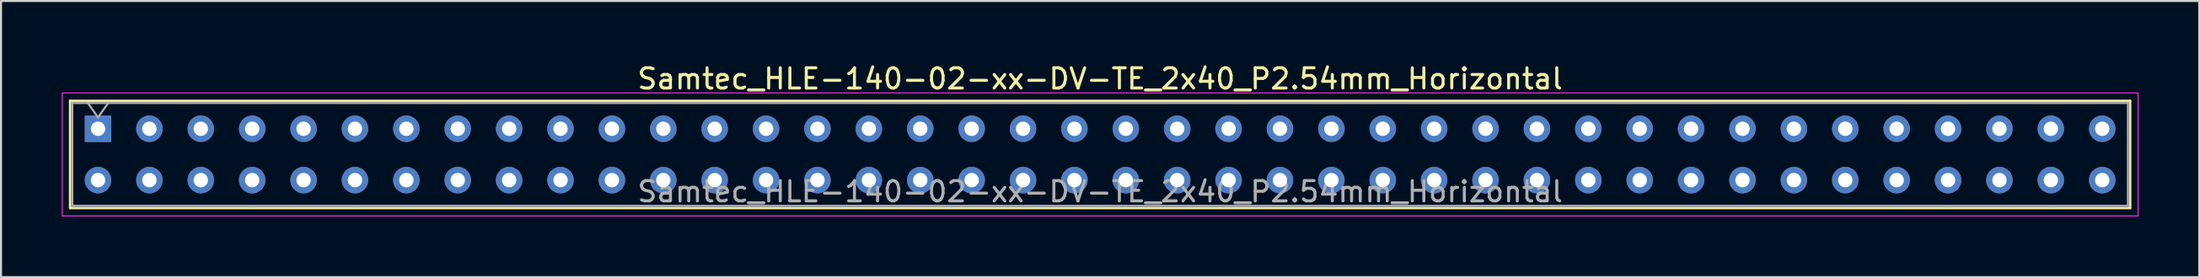
<source format=kicad_pcb>
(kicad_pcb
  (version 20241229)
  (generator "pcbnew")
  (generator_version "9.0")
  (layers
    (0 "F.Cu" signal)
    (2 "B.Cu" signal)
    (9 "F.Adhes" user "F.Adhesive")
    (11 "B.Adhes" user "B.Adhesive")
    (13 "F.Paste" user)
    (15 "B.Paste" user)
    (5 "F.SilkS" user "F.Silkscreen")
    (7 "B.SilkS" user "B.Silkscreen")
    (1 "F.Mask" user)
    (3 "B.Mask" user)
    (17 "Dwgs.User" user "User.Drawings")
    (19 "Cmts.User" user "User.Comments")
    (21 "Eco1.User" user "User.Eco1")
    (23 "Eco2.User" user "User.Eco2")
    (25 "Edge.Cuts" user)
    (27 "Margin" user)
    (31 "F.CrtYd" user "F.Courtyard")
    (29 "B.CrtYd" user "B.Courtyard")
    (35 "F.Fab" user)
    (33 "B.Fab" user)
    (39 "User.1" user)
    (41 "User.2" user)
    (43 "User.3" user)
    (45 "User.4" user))
  (footprint "Samtec_HLE-140-02-xx-DV-TE_2x40_P2.54mm_Horizontal"
    (layer "F.Cu")
    (at 1.795 3.318)
    (property "Reference" "Samtec_HLE-140-02-xx-DV-TE_2x40_P2.54mm_Horizontal" (at 49.53 -2.47 0) (layer "F.SilkS") (effects (font (size 1 1) (thickness 0.15))))
    (attr through_hole)
    (fp_line (start -1.38 -1.38) (end 100.44 -1.38) (stroke (width 0.12) (type solid)) (layer "F.SilkS"))
    (fp_line (start -1.38 3.92) (end -1.38 -1.38) (stroke (width 0.12) (type solid)) (layer "F.SilkS"))
    (fp_line (start 100.44 -1.38) (end 100.44 3.92) (stroke (width 0.12) (type solid)) (layer "F.SilkS"))
    (fp_line (start 100.44 3.92) (end -1.38 3.92) (stroke (width 0.12) (type solid)) (layer "F.SilkS"))
    (fp_line (start -1.77 -1.77) (end 100.83 -1.77) (stroke (width 0.05) (type solid)) (layer "F.CrtYd"))
    (fp_line (start -1.77 4.31) (end -1.77 -1.77) (stroke (width 0.05) (type solid)) (layer "F.CrtYd"))
    (fp_line (start 100.83 -1.77) (end 100.83 4.31) (stroke (width 0.05) (type solid)) (layer "F.CrtYd"))
    (fp_line (start 100.83 4.31) (end -1.77 4.31) (stroke (width 0.05) (type solid)) (layer "F.CrtYd"))
    (fp_line (start -1.27 -1.27) (end 100.33 -1.27) (stroke (width 0.1) (type solid)) (layer "F.Fab"))
    (fp_line (start -1.27 3.81) (end -1.27 -1.27) (stroke (width 0.1) (type solid)) (layer "F.Fab"))
    (fp_line (start -0.5 -1.27) (end 0 -0.563) (stroke (width 0.1) (type solid)) (layer "F.Fab"))
    (fp_line (start 0 -0.563) (end 0.5 -1.27) (stroke (width 0.1) (type solid)) (layer "F.Fab"))
    (fp_line (start 100.33 -1.27) (end 100.33 3.81) (stroke (width 0.1) (type solid)) (layer "F.Fab"))
    (fp_line (start 100.33 3.81) (end -1.27 3.81) (stroke (width 0.1) (type solid)) (layer "F.Fab"))
    (fp_text user "${REFERENCE}" (at 49.53 3.11 0) (layer "F.Fab") (effects (font (size 1 1) (thickness 0.15))))
    (pad "1" thru_hole rect (at 0 0) (size 1.31 1.31) (drill 0.71) (layers "*.Cu" "*.Mask"))
    (pad "2" thru_hole circle (at 0 2.54) (size 1.31 1.31) (drill 0.71) (layers "*.Cu" "*.Mask"))
    (pad "3" thru_hole circle (at 2.54 0) (size 1.31 1.31) (drill 0.71) (layers "*.Cu" "*.Mask"))
    (pad "4" thru_hole circle (at 2.54 2.54) (size 1.31 1.31) (drill 0.71) (layers "*.Cu" "*.Mask"))
    (pad "5" thru_hole circle (at 5.08 0) (size 1.31 1.31) (drill 0.71) (layers "*.Cu" "*.Mask"))
    (pad "6" thru_hole circle (at 5.08 2.54) (size 1.31 1.31) (drill 0.71) (layers "*.Cu" "*.Mask"))
    (pad "7" thru_hole circle (at 7.62 0) (size 1.31 1.31) (drill 0.71) (layers "*.Cu" "*.Mask"))
    (pad "8" thru_hole circle (at 7.62 2.54) (size 1.31 1.31) (drill 0.71) (layers "*.Cu" "*.Mask"))
    (pad "9" thru_hole circle (at 10.16 0) (size 1.31 1.31) (drill 0.71) (layers "*.Cu" "*.Mask"))
    (pad "10" thru_hole circle (at 10.16 2.54) (size 1.31 1.31) (drill 0.71) (layers "*.Cu" "*.Mask"))
    (pad "11" thru_hole circle (at 12.7 0) (size 1.31 1.31) (drill 0.71) (layers "*.Cu" "*.Mask"))
    (pad "12" thru_hole circle (at 12.7 2.54) (size 1.31 1.31) (drill 0.71) (layers "*.Cu" "*.Mask"))
    (pad "13" thru_hole circle (at 15.24 0) (size 1.31 1.31) (drill 0.71) (layers "*.Cu" "*.Mask"))
    (pad "14" thru_hole circle (at 15.24 2.54) (size 1.31 1.31) (drill 0.71) (layers "*.Cu" "*.Mask"))
    (pad "15" thru_hole circle (at 17.78 0) (size 1.31 1.31) (drill 0.71) (layers "*.Cu" "*.Mask"))
    (pad "16" thru_hole circle (at 17.78 2.54) (size 1.31 1.31) (drill 0.71) (layers "*.Cu" "*.Mask"))
    (pad "17" thru_hole circle (at 20.32 0) (size 1.31 1.31) (drill 0.71) (layers "*.Cu" "*.Mask"))
    (pad "18" thru_hole circle (at 20.32 2.54) (size 1.31 1.31) (drill 0.71) (layers "*.Cu" "*.Mask"))
    (pad "19" thru_hole circle (at 22.86 0) (size 1.31 1.31) (drill 0.71) (layers "*.Cu" "*.Mask"))
    (pad "20" thru_hole circle (at 22.86 2.54) (size 1.31 1.31) (drill 0.71) (layers "*.Cu" "*.Mask"))
    (pad "21" thru_hole circle (at 25.4 0) (size 1.31 1.31) (drill 0.71) (layers "*.Cu" "*.Mask"))
    (pad "22" thru_hole circle (at 25.4 2.54) (size 1.31 1.31) (drill 0.71) (layers "*.Cu" "*.Mask"))
    (pad "23" thru_hole circle (at 27.94 0) (size 1.31 1.31) (drill 0.71) (layers "*.Cu" "*.Mask"))
    (pad "24" thru_hole circle (at 27.94 2.54) (size 1.31 1.31) (drill 0.71) (layers "*.Cu" "*.Mask"))
    (pad "25" thru_hole circle (at 30.48 0) (size 1.31 1.31) (drill 0.71) (layers "*.Cu" "*.Mask"))
    (pad "26" thru_hole circle (at 30.48 2.54) (size 1.31 1.31) (drill 0.71) (layers "*.Cu" "*.Mask"))
    (pad "27" thru_hole circle (at 33.02 0) (size 1.31 1.31) (drill 0.71) (layers "*.Cu" "*.Mask"))
    (pad "28" thru_hole circle (at 33.02 2.54) (size 1.31 1.31) (drill 0.71) (layers "*.Cu" "*.Mask"))
    (pad "29" thru_hole circle (at 35.56 0) (size 1.31 1.31) (drill 0.71) (layers "*.Cu" "*.Mask"))
    (pad "30" thru_hole circle (at 35.56 2.54) (size 1.31 1.31) (drill 0.71) (layers "*.Cu" "*.Mask"))
    (pad "31" thru_hole circle (at 38.1 0) (size 1.31 1.31) (drill 0.71) (layers "*.Cu" "*.Mask"))
    (pad "32" thru_hole circle (at 38.1 2.54) (size 1.31 1.31) (drill 0.71) (layers "*.Cu" "*.Mask"))
    (pad "33" thru_hole circle (at 40.64 0) (size 1.31 1.31) (drill 0.71) (layers "*.Cu" "*.Mask"))
    (pad "34" thru_hole circle (at 40.64 2.54) (size 1.31 1.31) (drill 0.71) (layers "*.Cu" "*.Mask"))
    (pad "35" thru_hole circle (at 43.18 0) (size 1.31 1.31) (drill 0.71) (layers "*.Cu" "*.Mask"))
    (pad "36" thru_hole circle (at 43.18 2.54) (size 1.31 1.31) (drill 0.71) (layers "*.Cu" "*.Mask"))
    (pad "37" thru_hole circle (at 45.72 0) (size 1.31 1.31) (drill 0.71) (layers "*.Cu" "*.Mask"))
    (pad "38" thru_hole circle (at 45.72 2.54) (size 1.31 1.31) (drill 0.71) (layers "*.Cu" "*.Mask"))
    (pad "39" thru_hole circle (at 48.26 0) (size 1.31 1.31) (drill 0.71) (layers "*.Cu" "*.Mask"))
    (pad "40" thru_hole circle (at 48.26 2.54) (size 1.31 1.31) (drill 0.71) (layers "*.Cu" "*.Mask"))
    (pad "41" thru_hole circle (at 50.8 0) (size 1.31 1.31) (drill 0.71) (layers "*.Cu" "*.Mask"))
    (pad "42" thru_hole circle (at 50.8 2.54) (size 1.31 1.31) (drill 0.71) (layers "*.Cu" "*.Mask"))
    (pad "43" thru_hole circle (at 53.34 0) (size 1.31 1.31) (drill 0.71) (layers "*.Cu" "*.Mask"))
    (pad "44" thru_hole circle (at 53.34 2.54) (size 1.31 1.31) (drill 0.71) (layers "*.Cu" "*.Mask"))
    (pad "45" thru_hole circle (at 55.88 0) (size 1.31 1.31) (drill 0.71) (layers "*.Cu" "*.Mask"))
    (pad "46" thru_hole circle (at 55.88 2.54) (size 1.31 1.31) (drill 0.71) (layers "*.Cu" "*.Mask"))
    (pad "47" thru_hole circle (at 58.42 0) (size 1.31 1.31) (drill 0.71) (layers "*.Cu" "*.Mask"))
    (pad "48" thru_hole circle (at 58.42 2.54) (size 1.31 1.31) (drill 0.71) (layers "*.Cu" "*.Mask"))
    (pad "49" thru_hole circle (at 60.96 0) (size 1.31 1.31) (drill 0.71) (layers "*.Cu" "*.Mask"))
    (pad "50" thru_hole circle (at 60.96 2.54) (size 1.31 1.31) (drill 0.71) (layers "*.Cu" "*.Mask"))
    (pad "51" thru_hole circle (at 63.5 0) (size 1.31 1.31) (drill 0.71) (layers "*.Cu" "*.Mask"))
    (pad "52" thru_hole circle (at 63.5 2.54) (size 1.31 1.31) (drill 0.71) (layers "*.Cu" "*.Mask"))
    (pad "53" thru_hole circle (at 66.04 0) (size 1.31 1.31) (drill 0.71) (layers "*.Cu" "*.Mask"))
    (pad "54" thru_hole circle (at 66.04 2.54) (size 1.31 1.31) (drill 0.71) (layers "*.Cu" "*.Mask"))
    (pad "55" thru_hole circle (at 68.58 0) (size 1.31 1.31) (drill 0.71) (layers "*.Cu" "*.Mask"))
    (pad "56" thru_hole circle (at 68.58 2.54) (size 1.31 1.31) (drill 0.71) (layers "*.Cu" "*.Mask"))
    (pad "57" thru_hole circle (at 71.12 0) (size 1.31 1.31) (drill 0.71) (layers "*.Cu" "*.Mask"))
    (pad "58" thru_hole circle (at 71.12 2.54) (size 1.31 1.31) (drill 0.71) (layers "*.Cu" "*.Mask"))
    (pad "59" thru_hole circle (at 73.66 0) (size 1.31 1.31) (drill 0.71) (layers "*.Cu" "*.Mask"))
    (pad "60" thru_hole circle (at 73.66 2.54) (size 1.31 1.31) (drill 0.71) (layers "*.Cu" "*.Mask"))
    (pad "61" thru_hole circle (at 76.2 0) (size 1.31 1.31) (drill 0.71) (layers "*.Cu" "*.Mask"))
    (pad "62" thru_hole circle (at 76.2 2.54) (size 1.31 1.31) (drill 0.71) (layers "*.Cu" "*.Mask"))
    (pad "63" thru_hole circle (at 78.74 0) (size 1.31 1.31) (drill 0.71) (layers "*.Cu" "*.Mask"))
    (pad "64" thru_hole circle (at 78.74 2.54) (size 1.31 1.31) (drill 0.71) (layers "*.Cu" "*.Mask"))
    (pad "65" thru_hole circle (at 81.28 0) (size 1.31 1.31) (drill 0.71) (layers "*.Cu" "*.Mask"))
    (pad "66" thru_hole circle (at 81.28 2.54) (size 1.31 1.31) (drill 0.71) (layers "*.Cu" "*.Mask"))
    (pad "67" thru_hole circle (at 83.82 0) (size 1.31 1.31) (drill 0.71) (layers "*.Cu" "*.Mask"))
    (pad "68" thru_hole circle (at 83.82 2.54) (size 1.31 1.31) (drill 0.71) (layers "*.Cu" "*.Mask"))
    (pad "69" thru_hole circle (at 86.36 0) (size 1.31 1.31) (drill 0.71) (layers "*.Cu" "*.Mask"))
    (pad "70" thru_hole circle (at 86.36 2.54) (size 1.31 1.31) (drill 0.71) (layers "*.Cu" "*.Mask"))
    (pad "71" thru_hole circle (at 88.9 0) (size 1.31 1.31) (drill 0.71) (layers "*.Cu" "*.Mask"))
    (pad "72" thru_hole circle (at 88.9 2.54) (size 1.31 1.31) (drill 0.71) (layers "*.Cu" "*.Mask"))
    (pad "73" thru_hole circle (at 91.44 0) (size 1.31 1.31) (drill 0.71) (layers "*.Cu" "*.Mask"))
    (pad "74" thru_hole circle (at 91.44 2.54) (size 1.31 1.31) (drill 0.71) (layers "*.Cu" "*.Mask"))
    (pad "75" thru_hole circle (at 93.98 0) (size 1.31 1.31) (drill 0.71) (layers "*.Cu" "*.Mask"))
    (pad "76" thru_hole circle (at 93.98 2.54) (size 1.31 1.31) (drill 0.71) (layers "*.Cu" "*.Mask"))
    (pad "77" thru_hole circle (at 96.52 0) (size 1.31 1.31) (drill 0.71) (layers "*.Cu" "*.Mask"))
    (pad "78" thru_hole circle (at 96.52 2.54) (size 1.31 1.31) (drill 0.71) (layers "*.Cu" "*.Mask"))
    (pad "79" thru_hole circle (at 99.06 0) (size 1.31 1.31) (drill 0.71) (layers "*.Cu" "*.Mask"))
    (pad "80" thru_hole circle (at 99.06 2.54) (size 1.31 1.31) (drill 0.71) (layers "*.Cu" "*.Mask")))
  (gr_rect
    (start -3 -3)
    (end 105.65 10.653)
    (stroke (width 0.1) (type default))
    (fill no)
    (layer "Edge.Cuts")))
</source>
